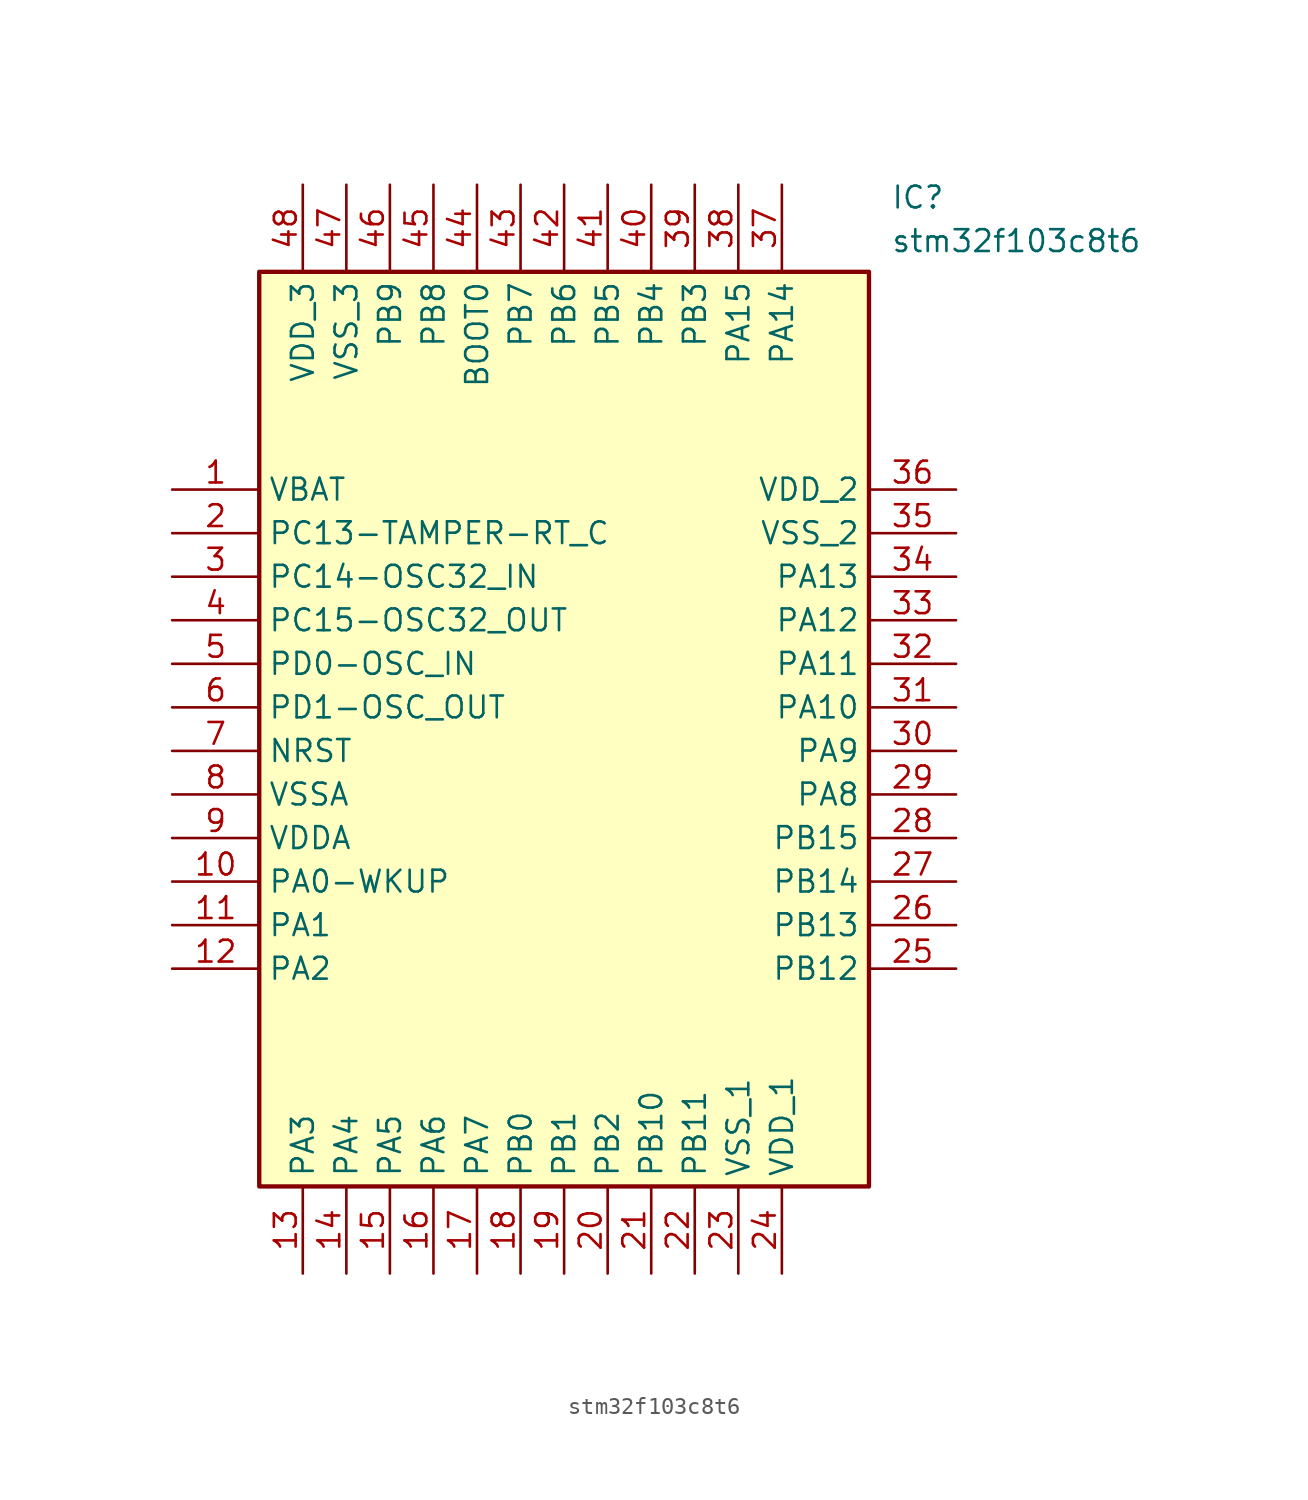
<source format=kicad_sym>
(kicad_symbol_lib
  (version 20211014)
  (generator SamacSys_ECAD_Model)
  (symbol "stm32f103c8t6"
    (property "Reference" "IC"
      (at 41.91 17.78 0)
      (effects (font (size 1.27 1.27)) (justify left top)))
    (property "Value" "stm32f103c8t6"
      (at 41.91 15.24 0)
      (effects (font (size 1.27 1.27)) (justify left top)))
    (rectangle
      (start 5.08 12.7)
      (end 40.64 -40.64)
      (stroke (width 0.254) (type default))
      (fill (type background)))
    (pin passive line
      (at 0 0 0)
      (length 5.08)
      (name "VBAT" (effects (font (size 1.27 1.27))))
      (number "1" (effects (font (size 1.27 1.27)))))
    (pin passive line
      (at 0 -2.54 0)
      (length 5.08)
      (name "PC13-TAMPER-RT_C" (effects (font (size 1.27 1.27))))
      (number "2" (effects (font (size 1.27 1.27)))))
    (pin passive line
      (at 0 -5.08 0)
      (length 5.08)
      (name "PC14-OSC32_IN" (effects (font (size 1.27 1.27))))
      (number "3" (effects (font (size 1.27 1.27)))))
    (pin passive line
      (at 0 -7.62 0)
      (length 5.08)
      (name "PC15-OSC32_OUT" (effects (font (size 1.27 1.27))))
      (number "4" (effects (font (size 1.27 1.27)))))
    (pin passive line
      (at 0 -10.16 0)
      (length 5.08)
      (name "PD0-OSC_IN" (effects (font (size 1.27 1.27))))
      (number "5" (effects (font (size 1.27 1.27)))))
    (pin passive line
      (at 0 -12.7 0)
      (length 5.08)
      (name "PD1-OSC_OUT" (effects (font (size 1.27 1.27))))
      (number "6" (effects (font (size 1.27 1.27)))))
    (pin passive line
      (at 0 -15.24 0)
      (length 5.08)
      (name "NRST" (effects (font (size 1.27 1.27))))
      (number "7" (effects (font (size 1.27 1.27)))))
    (pin passive line
      (at 0 -17.78 0)
      (length 5.08)
      (name "VSSA" (effects (font (size 1.27 1.27))))
      (number "8" (effects (font (size 1.27 1.27)))))
    (pin passive line
      (at 0 -20.32 0)
      (length 5.08)
      (name "VDDA" (effects (font (size 1.27 1.27))))
      (number "9" (effects (font (size 1.27 1.27)))))
    (pin passive line
      (at 0 -22.86 0)
      (length 5.08)
      (name "PA0-WKUP" (effects (font (size 1.27 1.27))))
      (number "10" (effects (font (size 1.27 1.27)))))
    (pin passive line
      (at 0 -25.4 0)
      (length 5.08)
      (name "PA1" (effects (font (size 1.27 1.27))))
      (number "11" (effects (font (size 1.27 1.27)))))
    (pin passive line
      (at 0 -27.94 0)
      (length 5.08)
      (name "PA2" (effects (font (size 1.27 1.27))))
      (number "12" (effects (font (size 1.27 1.27)))))
    (pin passive line
      (at 7.62 -45.72 90)
      (length 5.08)
      (name "PA3" (effects (font (size 1.27 1.27))))
      (number "13" (effects (font (size 1.27 1.27)))))
    (pin passive line
      (at 10.16 -45.72 90)
      (length 5.08)
      (name "PA4" (effects (font (size 1.27 1.27))))
      (number "14" (effects (font (size 1.27 1.27)))))
    (pin passive line
      (at 12.7 -45.72 90)
      (length 5.08)
      (name "PA5" (effects (font (size 1.27 1.27))))
      (number "15" (effects (font (size 1.27 1.27)))))
    (pin passive line
      (at 15.24 -45.72 90)
      (length 5.08)
      (name "PA6" (effects (font (size 1.27 1.27))))
      (number "16" (effects (font (size 1.27 1.27)))))
    (pin passive line
      (at 17.78 -45.72 90)
      (length 5.08)
      (name "PA7" (effects (font (size 1.27 1.27))))
      (number "17" (effects (font (size 1.27 1.27)))))
    (pin passive line
      (at 20.32 -45.72 90)
      (length 5.08)
      (name "PB0" (effects (font (size 1.27 1.27))))
      (number "18" (effects (font (size 1.27 1.27)))))
    (pin passive line
      (at 22.86 -45.72 90)
      (length 5.08)
      (name "PB1" (effects (font (size 1.27 1.27))))
      (number "19" (effects (font (size 1.27 1.27)))))
    (pin passive line
      (at 25.4 -45.72 90)
      (length 5.08)
      (name "PB2" (effects (font (size 1.27 1.27))))
      (number "20" (effects (font (size 1.27 1.27)))))
    (pin passive line
      (at 27.94 -45.72 90)
      (length 5.08)
      (name "PB10" (effects (font (size 1.27 1.27))))
      (number "21" (effects (font (size 1.27 1.27)))))
    (pin passive line
      (at 30.48 -45.72 90)
      (length 5.08)
      (name "PB11" (effects (font (size 1.27 1.27))))
      (number "22" (effects (font (size 1.27 1.27)))))
    (pin passive line
      (at 33.02 -45.72 90)
      (length 5.08)
      (name "VSS_1" (effects (font (size 1.27 1.27))))
      (number "23" (effects (font (size 1.27 1.27)))))
    (pin passive line
      (at 35.56 -45.72 90)
      (length 5.08)
      (name "VDD_1" (effects (font (size 1.27 1.27))))
      (number "24" (effects (font (size 1.27 1.27)))))
    (pin passive line
      (at 45.72 0 180)
      (length 5.08)
      (name "VDD_2" (effects (font (size 1.27 1.27))))
      (number "36" (effects (font (size 1.27 1.27)))))
    (pin passive line
      (at 45.72 -2.54 180)
      (length 5.08)
      (name "VSS_2" (effects (font (size 1.27 1.27))))
      (number "35" (effects (font (size 1.27 1.27)))))
    (pin passive line
      (at 45.72 -5.08 180)
      (length 5.08)
      (name "PA13" (effects (font (size 1.27 1.27))))
      (number "34" (effects (font (size 1.27 1.27)))))
    (pin passive line
      (at 45.72 -7.62 180)
      (length 5.08)
      (name "PA12" (effects (font (size 1.27 1.27))))
      (number "33" (effects (font (size 1.27 1.27)))))
    (pin passive line
      (at 45.72 -10.16 180)
      (length 5.08)
      (name "PA11" (effects (font (size 1.27 1.27))))
      (number "32" (effects (font (size 1.27 1.27)))))
    (pin passive line
      (at 45.72 -12.7 180)
      (length 5.08)
      (name "PA10" (effects (font (size 1.27 1.27))))
      (number "31" (effects (font (size 1.27 1.27)))))
    (pin passive line
      (at 45.72 -15.24 180)
      (length 5.08)
      (name "PA9" (effects (font (size 1.27 1.27))))
      (number "30" (effects (font (size 1.27 1.27)))))
    (pin passive line
      (at 45.72 -17.78 180)
      (length 5.08)
      (name "PA8" (effects (font (size 1.27 1.27))))
      (number "29" (effects (font (size 1.27 1.27)))))
    (pin passive line
      (at 45.72 -20.32 180)
      (length 5.08)
      (name "PB15" (effects (font (size 1.27 1.27))))
      (number "28" (effects (font (size 1.27 1.27)))))
    (pin passive line
      (at 45.72 -22.86 180)
      (length 5.08)
      (name "PB14" (effects (font (size 1.27 1.27))))
      (number "27" (effects (font (size 1.27 1.27)))))
    (pin passive line
      (at 45.72 -25.4 180)
      (length 5.08)
      (name "PB13" (effects (font (size 1.27 1.27))))
      (number "26" (effects (font (size 1.27 1.27)))))
    (pin passive line
      (at 45.72 -27.94 180)
      (length 5.08)
      (name "PB12" (effects (font (size 1.27 1.27))))
      (number "25" (effects (font (size 1.27 1.27)))))
    (pin passive line
      (at 7.62 17.78 270)
      (length 5.08)
      (name "VDD_3" (effects (font (size 1.27 1.27))))
      (number "48" (effects (font (size 1.27 1.27)))))
    (pin passive line
      (at 10.16 17.78 270)
      (length 5.08)
      (name "VSS_3" (effects (font (size 1.27 1.27))))
      (number "47" (effects (font (size 1.27 1.27)))))
    (pin passive line
      (at 12.7 17.78 270)
      (length 5.08)
      (name "PB9" (effects (font (size 1.27 1.27))))
      (number "46" (effects (font (size 1.27 1.27)))))
    (pin passive line
      (at 15.24 17.78 270)
      (length 5.08)
      (name "PB8" (effects (font (size 1.27 1.27))))
      (number "45" (effects (font (size 1.27 1.27)))))
    (pin passive line
      (at 17.78 17.78 270)
      (length 5.08)
      (name "BOOT0" (effects (font (size 1.27 1.27))))
      (number "44" (effects (font (size 1.27 1.27)))))
    (pin passive line
      (at 20.32 17.78 270)
      (length 5.08)
      (name "PB7" (effects (font (size 1.27 1.27))))
      (number "43" (effects (font (size 1.27 1.27)))))
    (pin passive line
      (at 22.86 17.78 270)
      (length 5.08)
      (name "PB6" (effects (font (size 1.27 1.27))))
      (number "42" (effects (font (size 1.27 1.27)))))
    (pin passive line
      (at 25.4 17.78 270)
      (length 5.08)
      (name "PB5" (effects (font (size 1.27 1.27))))
      (number "41" (effects (font (size 1.27 1.27)))))
    (pin passive line
      (at 27.94 17.78 270)
      (length 5.08)
      (name "PB4" (effects (font (size 1.27 1.27))))
      (number "40" (effects (font (size 1.27 1.27)))))
    (pin passive line
      (at 30.48 17.78 270)
      (length 5.08)
      (name "PB3" (effects (font (size 1.27 1.27))))
      (number "39" (effects (font (size 1.27 1.27)))))
    (pin passive line
      (at 33.02 17.78 270)
      (length 5.08)
      (name "PA15" (effects (font (size 1.27 1.27))))
      (number "38" (effects (font (size 1.27 1.27)))))
    (pin passive line
      (at 35.56 17.78 270)
      (length 5.08)
      (name "PA14" (effects (font (size 1.27 1.27))))
      (number "37" (effects (font (size 1.27 1.27)))))))
</source>
